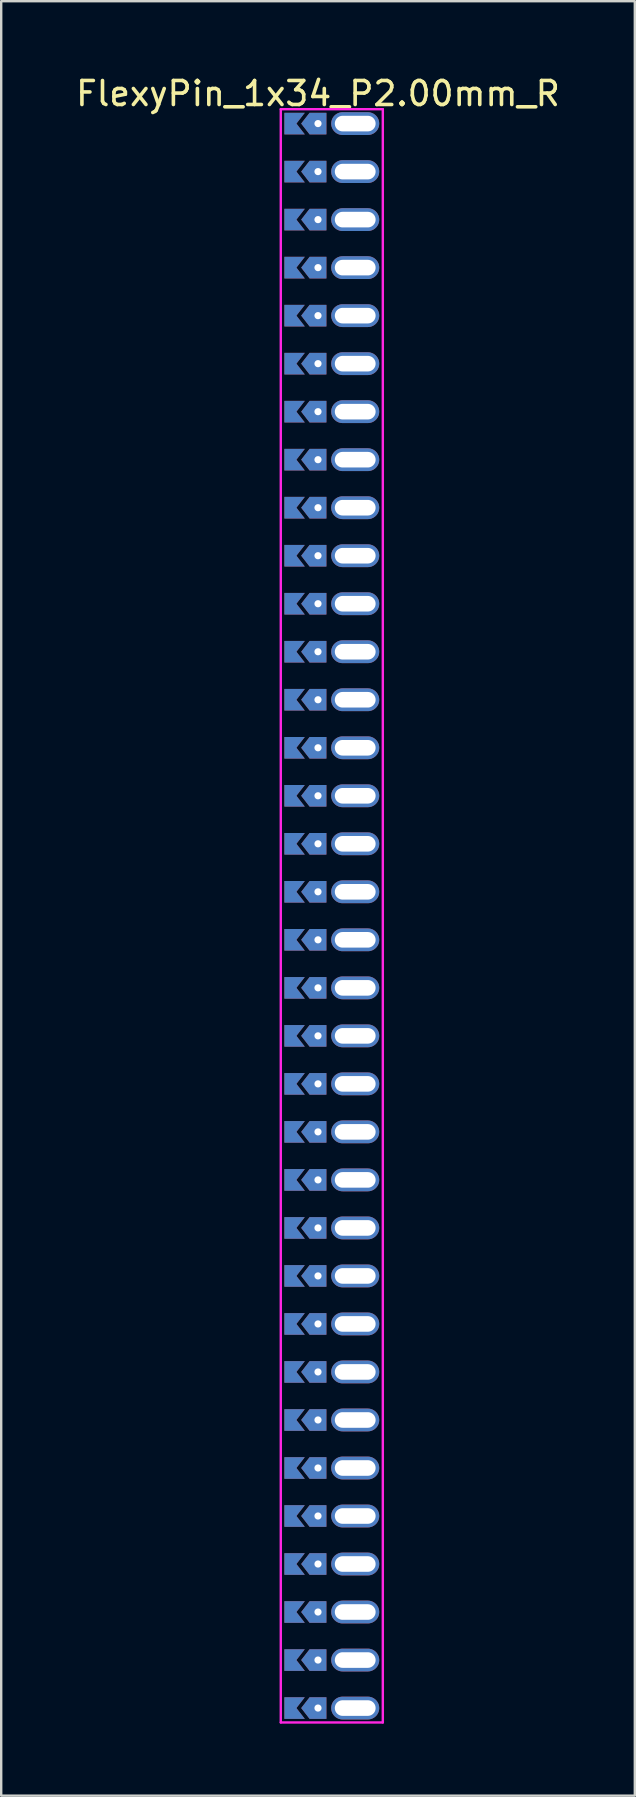
<source format=kicad_pcb>
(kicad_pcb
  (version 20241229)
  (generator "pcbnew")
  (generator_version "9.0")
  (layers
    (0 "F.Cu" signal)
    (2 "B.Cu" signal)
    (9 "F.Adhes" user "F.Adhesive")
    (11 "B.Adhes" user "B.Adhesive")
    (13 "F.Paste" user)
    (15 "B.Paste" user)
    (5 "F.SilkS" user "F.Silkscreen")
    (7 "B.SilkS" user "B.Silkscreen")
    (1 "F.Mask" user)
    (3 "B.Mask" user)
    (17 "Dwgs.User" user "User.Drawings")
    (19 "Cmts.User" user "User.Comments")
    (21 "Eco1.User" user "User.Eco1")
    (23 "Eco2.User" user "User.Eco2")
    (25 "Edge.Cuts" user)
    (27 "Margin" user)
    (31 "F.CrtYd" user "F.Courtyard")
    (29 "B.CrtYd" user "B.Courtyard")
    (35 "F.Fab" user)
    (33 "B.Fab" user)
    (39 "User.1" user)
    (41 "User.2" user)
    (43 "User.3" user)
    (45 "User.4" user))
  (footprint "FlexyPin_1x34_P2.00mm_R"
    (layer "F.Cu")
    (at 10.196 2.098)
    (property "Reference" "FlexyPin_1x34_P2.00mm_R" (at 0 -1.25 0) (layer "F.SilkS") (effects (font (size 1 1) (thickness 0.15))))
    (attr through_hole)
    (fp_line (start -1.55 -0.6) (end 2.7 -0.6) (stroke (width 0.1) (type solid)) (layer "F.CrtYd"))
    (fp_line (start -1.55 66.6) (end -1.55 -0.6) (stroke (width 0.1) (type solid)) (layer "F.CrtYd"))
    (fp_line (start 2.7 -0.6) (end 2.7 66.6) (stroke (width 0.1) (type solid)) (layer "F.CrtYd"))
    (fp_line (start 2.7 66.6) (end -1.55 66.6) (stroke (width 0.1) (type solid)) (layer "F.CrtYd"))
    (pad "" thru_hole custom (at 0 0) (size 0.3 0.3) (drill 0.6) (layers "*.Cu" "*.Mask") (options (anchor rect)) (primitives (gr_poly (pts (xy 0.35 0.45) (xy 0.35 -0.45) (xy -0.35 -0.45) (xy -0.7 0) (xy -0.35 0.45)) (width 0) (fill yes))))
    (pad "" thru_hole custom (at 0 2) (size 0.3 0.3) (drill 0.6) (layers "*.Cu" "*.Mask") (options (anchor rect)) (primitives (gr_poly (pts (xy 0.35 0.45) (xy 0.35 -0.45) (xy -0.35 -0.45) (xy -0.7 0) (xy -0.35 0.45)) (width 0) (fill yes))))
    (pad "" thru_hole custom (at 0 4) (size 0.3 0.3) (drill 0.6) (layers "*.Cu" "*.Mask") (options (anchor rect)) (primitives (gr_poly (pts (xy 0.35 0.45) (xy 0.35 -0.45) (xy -0.35 -0.45) (xy -0.7 0) (xy -0.35 0.45)) (width 0) (fill yes))))
    (pad "" thru_hole custom (at 0 6) (size 0.3 0.3) (drill 0.6) (layers "*.Cu" "*.Mask") (options (anchor rect)) (primitives (gr_poly (pts (xy 0.35 0.45) (xy 0.35 -0.45) (xy -0.35 -0.45) (xy -0.7 0) (xy -0.35 0.45)) (width 0) (fill yes))))
    (pad "" thru_hole custom (at 0 8) (size 0.3 0.3) (drill 0.6) (layers "*.Cu" "*.Mask") (options (anchor rect)) (primitives (gr_poly (pts (xy 0.35 0.45) (xy 0.35 -0.45) (xy -0.35 -0.45) (xy -0.7 0) (xy -0.35 0.45)) (width 0) (fill yes))))
    (pad "" thru_hole custom (at 0 10) (size 0.3 0.3) (drill 0.6) (layers "*.Cu" "*.Mask") (options (anchor rect)) (primitives (gr_poly (pts (xy 0.35 0.45) (xy 0.35 -0.45) (xy -0.35 -0.45) (xy -0.7 0) (xy -0.35 0.45)) (width 0) (fill yes))))
    (pad "" thru_hole custom (at 0 12) (size 0.3 0.3) (drill 0.6) (layers "*.Cu" "*.Mask") (options (anchor rect)) (primitives (gr_poly (pts (xy 0.35 0.45) (xy 0.35 -0.45) (xy -0.35 -0.45) (xy -0.7 0) (xy -0.35 0.45)) (width 0) (fill yes))))
    (pad "" thru_hole custom (at 0 14) (size 0.3 0.3) (drill 0.6) (layers "*.Cu" "*.Mask") (options (anchor rect)) (primitives (gr_poly (pts (xy 0.35 0.45) (xy 0.35 -0.45) (xy -0.35 -0.45) (xy -0.7 0) (xy -0.35 0.45)) (width 0) (fill yes))))
    (pad "" thru_hole custom (at 0 16) (size 0.3 0.3) (drill 0.6) (layers "*.Cu" "*.Mask") (options (anchor rect)) (primitives (gr_poly (pts (xy 0.35 0.45) (xy 0.35 -0.45) (xy -0.35 -0.45) (xy -0.7 0) (xy -0.35 0.45)) (width 0) (fill yes))))
    (pad "" thru_hole custom (at 0 18) (size 0.3 0.3) (drill 0.6) (layers "*.Cu" "*.Mask") (options (anchor rect)) (primitives (gr_poly (pts (xy 0.35 0.45) (xy 0.35 -0.45) (xy -0.35 -0.45) (xy -0.7 0) (xy -0.35 0.45)) (width 0) (fill yes))))
    (pad "" thru_hole custom (at 0 20) (size 0.3 0.3) (drill 0.6) (layers "*.Cu" "*.Mask") (options (anchor rect)) (primitives (gr_poly (pts (xy 0.35 0.45) (xy 0.35 -0.45) (xy -0.35 -0.45) (xy -0.7 0) (xy -0.35 0.45)) (width 0) (fill yes))))
    (pad "" thru_hole custom (at 0 22) (size 0.3 0.3) (drill 0.6) (layers "*.Cu" "*.Mask") (options (anchor rect)) (primitives (gr_poly (pts (xy 0.35 0.45) (xy 0.35 -0.45) (xy -0.35 -0.45) (xy -0.7 0) (xy -0.35 0.45)) (width 0) (fill yes))))
    (pad "" thru_hole custom (at 0 24) (size 0.3 0.3) (drill 0.6) (layers "*.Cu" "*.Mask") (options (anchor rect)) (primitives (gr_poly (pts (xy 0.35 0.45) (xy 0.35 -0.45) (xy -0.35 -0.45) (xy -0.7 0) (xy -0.35 0.45)) (width 0) (fill yes))))
    (pad "" thru_hole custom (at 0 26) (size 0.3 0.3) (drill 0.6) (layers "*.Cu" "*.Mask") (options (anchor rect)) (primitives (gr_poly (pts (xy 0.35 0.45) (xy 0.35 -0.45) (xy -0.35 -0.45) (xy -0.7 0) (xy -0.35 0.45)) (width 0) (fill yes))))
    (pad "" thru_hole custom (at 0 28) (size 0.3 0.3) (drill 0.6) (layers "*.Cu" "*.Mask") (options (anchor rect)) (primitives (gr_poly (pts (xy 0.35 0.45) (xy 0.35 -0.45) (xy -0.35 -0.45) (xy -0.7 0) (xy -0.35 0.45)) (width 0) (fill yes))))
    (pad "" thru_hole custom (at 0 30) (size 0.3 0.3) (drill 0.6) (layers "*.Cu" "*.Mask") (options (anchor rect)) (primitives (gr_poly (pts (xy 0.35 0.45) (xy 0.35 -0.45) (xy -0.35 -0.45) (xy -0.7 0) (xy -0.35 0.45)) (width 0) (fill yes))))
    (pad "" thru_hole custom (at 0 32) (size 0.3 0.3) (drill 0.6) (layers "*.Cu" "*.Mask") (options (anchor rect)) (primitives (gr_poly (pts (xy 0.35 0.45) (xy 0.35 -0.45) (xy -0.35 -0.45) (xy -0.7 0) (xy -0.35 0.45)) (width 0) (fill yes))))
    (pad "" thru_hole custom (at 0 34) (size 0.3 0.3) (drill 0.6) (layers "*.Cu" "*.Mask") (options (anchor rect)) (primitives (gr_poly (pts (xy 0.35 0.45) (xy 0.35 -0.45) (xy -0.35 -0.45) (xy -0.7 0) (xy -0.35 0.45)) (width 0) (fill yes))))
    (pad "" thru_hole custom (at 0 36) (size 0.3 0.3) (drill 0.6) (layers "*.Cu" "*.Mask") (options (anchor rect)) (primitives (gr_poly (pts (xy 0.35 0.45) (xy 0.35 -0.45) (xy -0.35 -0.45) (xy -0.7 0) (xy -0.35 0.45)) (width 0) (fill yes))))
    (pad "" thru_hole custom (at 0 38) (size 0.3 0.3) (drill 0.6) (layers "*.Cu" "*.Mask") (options (anchor rect)) (primitives (gr_poly (pts (xy 0.35 0.45) (xy 0.35 -0.45) (xy -0.35 -0.45) (xy -0.7 0) (xy -0.35 0.45)) (width 0) (fill yes))))
    (pad "" thru_hole custom (at 0 40) (size 0.3 0.3) (drill 0.6) (layers "*.Cu" "*.Mask") (options (anchor rect)) (primitives (gr_poly (pts (xy 0.35 0.45) (xy 0.35 -0.45) (xy -0.35 -0.45) (xy -0.7 0) (xy -0.35 0.45)) (width 0) (fill yes))))
    (pad "" thru_hole custom (at 0 42) (size 0.3 0.3) (drill 0.6) (layers "*.Cu" "*.Mask") (options (anchor rect)) (primitives (gr_poly (pts (xy 0.35 0.45) (xy 0.35 -0.45) (xy -0.35 -0.45) (xy -0.7 0) (xy -0.35 0.45)) (width 0) (fill yes))))
    (pad "" thru_hole custom (at 0 44) (size 0.3 0.3) (drill 0.6) (layers "*.Cu" "*.Mask") (options (anchor rect)) (primitives (gr_poly (pts (xy 0.35 0.45) (xy 0.35 -0.45) (xy -0.35 -0.45) (xy -0.7 0) (xy -0.35 0.45)) (width 0) (fill yes))))
    (pad "" thru_hole custom (at 0 46) (size 0.3 0.3) (drill 0.6) (layers "*.Cu" "*.Mask") (options (anchor rect)) (primitives (gr_poly (pts (xy 0.35 0.45) (xy 0.35 -0.45) (xy -0.35 -0.45) (xy -0.7 0) (xy -0.35 0.45)) (width 0) (fill yes))))
    (pad "" thru_hole custom (at 0 48) (size 0.3 0.3) (drill 0.6) (layers "*.Cu" "*.Mask") (options (anchor rect)) (primitives (gr_poly (pts (xy 0.35 0.45) (xy 0.35 -0.45) (xy -0.35 -0.45) (xy -0.7 0) (xy -0.35 0.45)) (width 0) (fill yes))))
    (pad "" thru_hole custom (at 0 50) (size 0.3 0.3) (drill 0.6) (layers "*.Cu" "*.Mask") (options (anchor rect)) (primitives (gr_poly (pts (xy 0.35 0.45) (xy 0.35 -0.45) (xy -0.35 -0.45) (xy -0.7 0) (xy -0.35 0.45)) (width 0) (fill yes))))
    (pad "" thru_hole custom (at 0 52) (size 0.3 0.3) (drill 0.6) (layers "*.Cu" "*.Mask") (options (anchor rect)) (primitives (gr_poly (pts (xy 0.35 0.45) (xy 0.35 -0.45) (xy -0.35 -0.45) (xy -0.7 0) (xy -0.35 0.45)) (width 0) (fill yes))))
    (pad "" thru_hole custom (at 0 54) (size 0.3 0.3) (drill 0.6) (layers "*.Cu" "*.Mask") (options (anchor rect)) (primitives (gr_poly (pts (xy 0.35 0.45) (xy 0.35 -0.45) (xy -0.35 -0.45) (xy -0.7 0) (xy -0.35 0.45)) (width 0) (fill yes))))
    (pad "" thru_hole custom (at 0 56) (size 0.3 0.3) (drill 0.6) (layers "*.Cu" "*.Mask") (options (anchor rect)) (primitives (gr_poly (pts (xy 0.35 0.45) (xy 0.35 -0.45) (xy -0.35 -0.45) (xy -0.7 0) (xy -0.35 0.45)) (width 0) (fill yes))))
    (pad "" thru_hole custom (at 0 58) (size 0.3 0.3) (drill 0.6) (layers "*.Cu" "*.Mask") (options (anchor rect)) (primitives (gr_poly (pts (xy 0.35 0.45) (xy 0.35 -0.45) (xy -0.35 -0.45) (xy -0.7 0) (xy -0.35 0.45)) (width 0) (fill yes))))
    (pad "" thru_hole custom (at 0 60) (size 0.3 0.3) (drill 0.6) (layers "*.Cu" "*.Mask") (options (anchor rect)) (primitives (gr_poly (pts (xy 0.35 0.45) (xy 0.35 -0.45) (xy -0.35 -0.45) (xy -0.7 0) (xy -0.35 0.45)) (width 0) (fill yes))))
    (pad "" thru_hole custom (at 0 62) (size 0.3 0.3) (drill 0.6) (layers "*.Cu" "*.Mask") (options (anchor rect)) (primitives (gr_poly (pts (xy 0.35 0.45) (xy 0.35 -0.45) (xy -0.35 -0.45) (xy -0.7 0) (xy -0.35 0.45)) (width 0) (fill yes))))
    (pad "" thru_hole custom (at 0 64) (size 0.3 0.3) (drill 0.6) (layers "*.Cu" "*.Mask") (options (anchor rect)) (primitives (gr_poly (pts (xy 0.35 0.45) (xy 0.35 -0.45) (xy -0.35 -0.45) (xy -0.7 0) (xy -0.35 0.45)) (width 0) (fill yes))))
    (pad "" thru_hole custom (at 0 66) (size 0.3 0.3) (drill 0.6) (layers "*.Cu" "*.Mask") (options (anchor rect)) (primitives (gr_poly (pts (xy 0.35 0.45) (xy 0.35 -0.45) (xy -0.35 -0.45) (xy -0.7 0) (xy -0.35 0.45)) (width 0) (fill yes))))
    (pad "" thru_hole oval (at 1.55 0) (size 2 0.95) (drill oval 1.7 0.65) (layers "*.Cu" "*.Mask"))
    (pad "" thru_hole oval (at 1.55 2) (size 2 0.95) (drill oval 1.7 0.65) (layers "*.Cu" "*.Mask"))
    (pad "" thru_hole oval (at 1.55 4) (size 2 0.95) (drill oval 1.7 0.65) (layers "*.Cu" "*.Mask"))
    (pad "" thru_hole oval (at 1.55 6) (size 2 0.95) (drill oval 1.7 0.65) (layers "*.Cu" "*.Mask"))
    (pad "" thru_hole oval (at 1.55 8) (size 2 0.95) (drill oval 1.7 0.65) (layers "*.Cu" "*.Mask"))
    (pad "" thru_hole oval (at 1.55 10) (size 2 0.95) (drill oval 1.7 0.65) (layers "*.Cu" "*.Mask"))
    (pad "" thru_hole oval (at 1.55 12) (size 2 0.95) (drill oval 1.7 0.65) (layers "*.Cu" "*.Mask"))
    (pad "" thru_hole oval (at 1.55 14) (size 2 0.95) (drill oval 1.7 0.65) (layers "*.Cu" "*.Mask"))
    (pad "" thru_hole oval (at 1.55 16) (size 2 0.95) (drill oval 1.7 0.65) (layers "*.Cu" "*.Mask"))
    (pad "" thru_hole oval (at 1.55 18) (size 2 0.95) (drill oval 1.7 0.65) (layers "*.Cu" "*.Mask"))
    (pad "" thru_hole oval (at 1.55 20) (size 2 0.95) (drill oval 1.7 0.65) (layers "*.Cu" "*.Mask"))
    (pad "" thru_hole oval (at 1.55 22) (size 2 0.95) (drill oval 1.7 0.65) (layers "*.Cu" "*.Mask"))
    (pad "" thru_hole oval (at 1.55 24) (size 2 0.95) (drill oval 1.7 0.65) (layers "*.Cu" "*.Mask"))
    (pad "" thru_hole oval (at 1.55 26) (size 2 0.95) (drill oval 1.7 0.65) (layers "*.Cu" "*.Mask"))
    (pad "" thru_hole oval (at 1.55 28) (size 2 0.95) (drill oval 1.7 0.65) (layers "*.Cu" "*.Mask"))
    (pad "" thru_hole oval (at 1.55 30) (size 2 0.95) (drill oval 1.7 0.65) (layers "*.Cu" "*.Mask"))
    (pad "" thru_hole oval (at 1.55 32) (size 2 0.95) (drill oval 1.7 0.65) (layers "*.Cu" "*.Mask"))
    (pad "" thru_hole oval (at 1.55 34) (size 2 0.95) (drill oval 1.7 0.65) (layers "*.Cu" "*.Mask"))
    (pad "" thru_hole oval (at 1.55 36) (size 2 0.95) (drill oval 1.7 0.65) (layers "*.Cu" "*.Mask"))
    (pad "" thru_hole oval (at 1.55 38) (size 2 0.95) (drill oval 1.7 0.65) (layers "*.Cu" "*.Mask"))
    (pad "" thru_hole oval (at 1.55 40) (size 2 0.95) (drill oval 1.7 0.65) (layers "*.Cu" "*.Mask"))
    (pad "" thru_hole oval (at 1.55 42) (size 2 0.95) (drill oval 1.7 0.65) (layers "*.Cu" "*.Mask"))
    (pad "" thru_hole oval (at 1.55 44) (size 2 0.95) (drill oval 1.7 0.65) (layers "*.Cu" "*.Mask"))
    (pad "" thru_hole oval (at 1.55 46) (size 2 0.95) (drill oval 1.7 0.65) (layers "*.Cu" "*.Mask"))
    (pad "" thru_hole oval (at 1.55 48) (size 2 0.95) (drill oval 1.7 0.65) (layers "*.Cu" "*.Mask"))
    (pad "" thru_hole oval (at 1.55 50) (size 2 0.95) (drill oval 1.7 0.65) (layers "*.Cu" "*.Mask"))
    (pad "" thru_hole oval (at 1.55 52) (size 2 0.95) (drill oval 1.7 0.65) (layers "*.Cu" "*.Mask"))
    (pad "" thru_hole oval (at 1.55 54) (size 2 0.95) (drill oval 1.7 0.65) (layers "*.Cu" "*.Mask"))
    (pad "" thru_hole oval (at 1.55 56) (size 2 0.95) (drill oval 1.7 0.65) (layers "*.Cu" "*.Mask"))
    (pad "" thru_hole oval (at 1.55 58) (size 2 0.95) (drill oval 1.7 0.65) (layers "*.Cu" "*.Mask"))
    (pad "" thru_hole oval (at 1.55 60) (size 2 0.95) (drill oval 1.7 0.65) (layers "*.Cu" "*.Mask"))
    (pad "" thru_hole oval (at 1.55 62) (size 2 0.95) (drill oval 1.7 0.65) (layers "*.Cu" "*.Mask"))
    (pad "" thru_hole oval (at 1.55 64) (size 2 0.95) (drill oval 1.7 0.65) (layers "*.Cu" "*.Mask"))
    (pad "" thru_hole oval (at 1.55 66) (size 2 0.95) (drill oval 1.7 0.65) (layers "*.Cu" "*.Mask"))
    (pad "1" smd custom (at -0.9 0) (size 0.01 0.01) (layers "F.Cu" "F.Mask") (options (anchor rect)) (primitives (gr_poly (pts (xy 0 0) (xy 0.35 0.45) (xy -0.5 0.45) (xy -0.5 -0.45) (xy 0.35 -0.45)) (width 0) (fill yes))))
    (pad "2" smd custom (at -0.9 2) (size 0.01 0.01) (layers "F.Cu" "F.Mask") (options (anchor rect)) (primitives (gr_poly (pts (xy 0 0) (xy 0.35 0.45) (xy -0.5 0.45) (xy -0.5 -0.45) (xy 0.35 -0.45)) (width 0) (fill yes))))
    (pad "3" smd custom (at -0.9 4) (size 0.01 0.01) (layers "F.Cu" "F.Mask") (options (anchor rect)) (primitives (gr_poly (pts (xy 0 0) (xy 0.35 0.45) (xy -0.5 0.45) (xy -0.5 -0.45) (xy 0.35 -0.45)) (width 0) (fill yes))))
    (pad "4" smd custom (at -0.9 6) (size 0.01 0.01) (layers "F.Cu" "F.Mask") (options (anchor rect)) (primitives (gr_poly (pts (xy 0 0) (xy 0.35 0.45) (xy -0.5 0.45) (xy -0.5 -0.45) (xy 0.35 -0.45)) (width 0) (fill yes))))
    (pad "5" smd custom (at -0.9 8) (size 0.01 0.01) (layers "F.Cu" "F.Mask") (options (anchor rect)) (primitives (gr_poly (pts (xy 0 0) (xy 0.35 0.45) (xy -0.5 0.45) (xy -0.5 -0.45) (xy 0.35 -0.45)) (width 0) (fill yes))))
    (pad "6" smd custom (at -0.9 10) (size 0.01 0.01) (layers "F.Cu" "F.Mask") (options (anchor rect)) (primitives (gr_poly (pts (xy 0 0) (xy 0.35 0.45) (xy -0.5 0.45) (xy -0.5 -0.45) (xy 0.35 -0.45)) (width 0) (fill yes))))
    (pad "7" smd custom (at -0.9 12) (size 0.01 0.01) (layers "F.Cu" "F.Mask") (options (anchor rect)) (primitives (gr_poly (pts (xy 0 0) (xy 0.35 0.45) (xy -0.5 0.45) (xy -0.5 -0.45) (xy 0.35 -0.45)) (width 0) (fill yes))))
    (pad "8" smd custom (at -0.9 14) (size 0.01 0.01) (layers "F.Cu" "F.Mask") (options (anchor rect)) (primitives (gr_poly (pts (xy 0 0) (xy 0.35 0.45) (xy -0.5 0.45) (xy -0.5 -0.45) (xy 0.35 -0.45)) (width 0) (fill yes))))
    (pad "9" smd custom (at -0.9 16) (size 0.01 0.01) (layers "F.Cu" "F.Mask") (options (anchor rect)) (primitives (gr_poly (pts (xy 0 0) (xy 0.35 0.45) (xy -0.5 0.45) (xy -0.5 -0.45) (xy 0.35 -0.45)) (width 0) (fill yes))))
    (pad "10" smd custom (at -0.9 18) (size 0.01 0.01) (layers "F.Cu" "F.Mask") (options (anchor rect)) (primitives (gr_poly (pts (xy 0 0) (xy 0.35 0.45) (xy -0.5 0.45) (xy -0.5 -0.45) (xy 0.35 -0.45)) (width 0) (fill yes))))
    (pad "11" smd custom (at -0.9 20) (size 0.01 0.01) (layers "F.Cu" "F.Mask") (options (anchor rect)) (primitives (gr_poly (pts (xy 0 0) (xy 0.35 0.45) (xy -0.5 0.45) (xy -0.5 -0.45) (xy 0.35 -0.45)) (width 0) (fill yes))))
    (pad "12" smd custom (at -0.9 22) (size 0.01 0.01) (layers "F.Cu" "F.Mask") (options (anchor rect)) (primitives (gr_poly (pts (xy 0 0) (xy 0.35 0.45) (xy -0.5 0.45) (xy -0.5 -0.45) (xy 0.35 -0.45)) (width 0) (fill yes))))
    (pad "13" smd custom (at -0.9 24) (size 0.01 0.01) (layers "F.Cu" "F.Mask") (options (anchor rect)) (primitives (gr_poly (pts (xy 0 0) (xy 0.35 0.45) (xy -0.5 0.45) (xy -0.5 -0.45) (xy 0.35 -0.45)) (width 0) (fill yes))))
    (pad "14" smd custom (at -0.9 26) (size 0.01 0.01) (layers "F.Cu" "F.Mask") (options (anchor rect)) (primitives (gr_poly (pts (xy 0 0) (xy 0.35 0.45) (xy -0.5 0.45) (xy -0.5 -0.45) (xy 0.35 -0.45)) (width 0) (fill yes))))
    (pad "15" smd custom (at -0.9 28) (size 0.01 0.01) (layers "F.Cu" "F.Mask") (options (anchor rect)) (primitives (gr_poly (pts (xy 0 0) (xy 0.35 0.45) (xy -0.5 0.45) (xy -0.5 -0.45) (xy 0.35 -0.45)) (width 0) (fill yes))))
    (pad "16" smd custom (at -0.9 30) (size 0.01 0.01) (layers "F.Cu" "F.Mask") (options (anchor rect)) (primitives (gr_poly (pts (xy 0 0) (xy 0.35 0.45) (xy -0.5 0.45) (xy -0.5 -0.45) (xy 0.35 -0.45)) (width 0) (fill yes))))
    (pad "17" smd custom (at -0.9 32) (size 0.01 0.01) (layers "F.Cu" "F.Mask") (options (anchor rect)) (primitives (gr_poly (pts (xy 0 0) (xy 0.35 0.45) (xy -0.5 0.45) (xy -0.5 -0.45) (xy 0.35 -0.45)) (width 0) (fill yes))))
    (pad "18" smd custom (at -0.9 34) (size 0.01 0.01) (layers "F.Cu" "F.Mask") (options (anchor rect)) (primitives (gr_poly (pts (xy 0 0) (xy 0.35 0.45) (xy -0.5 0.45) (xy -0.5 -0.45) (xy 0.35 -0.45)) (width 0) (fill yes))))
    (pad "19" smd custom (at -0.9 36) (size 0.01 0.01) (layers "F.Cu" "F.Mask") (options (anchor rect)) (primitives (gr_poly (pts (xy 0 0) (xy 0.35 0.45) (xy -0.5 0.45) (xy -0.5 -0.45) (xy 0.35 -0.45)) (width 0) (fill yes))))
    (pad "20" smd custom (at -0.9 38) (size 0.01 0.01) (layers "F.Cu" "F.Mask") (options (anchor rect)) (primitives (gr_poly (pts (xy 0 0) (xy 0.35 0.45) (xy -0.5 0.45) (xy -0.5 -0.45) (xy 0.35 -0.45)) (width 0) (fill yes))))
    (pad "21" smd custom (at -0.9 40) (size 0.01 0.01) (layers "F.Cu" "F.Mask") (options (anchor rect)) (primitives (gr_poly (pts (xy 0 0) (xy 0.35 0.45) (xy -0.5 0.45) (xy -0.5 -0.45) (xy 0.35 -0.45)) (width 0) (fill yes))))
    (pad "22" smd custom (at -0.9 42) (size 0.01 0.01) (layers "F.Cu" "F.Mask") (options (anchor rect)) (primitives (gr_poly (pts (xy 0 0) (xy 0.35 0.45) (xy -0.5 0.45) (xy -0.5 -0.45) (xy 0.35 -0.45)) (width 0) (fill yes))))
    (pad "23" smd custom (at -0.9 44) (size 0.01 0.01) (layers "F.Cu" "F.Mask") (options (anchor rect)) (primitives (gr_poly (pts (xy 0 0) (xy 0.35 0.45) (xy -0.5 0.45) (xy -0.5 -0.45) (xy 0.35 -0.45)) (width 0) (fill yes))))
    (pad "24" smd custom (at -0.9 46) (size 0.01 0.01) (layers "F.Cu" "F.Mask") (options (anchor rect)) (primitives (gr_poly (pts (xy 0 0) (xy 0.35 0.45) (xy -0.5 0.45) (xy -0.5 -0.45) (xy 0.35 -0.45)) (width 0) (fill yes))))
    (pad "25" smd custom (at -0.9 48) (size 0.01 0.01) (layers "F.Cu" "F.Mask") (options (anchor rect)) (primitives (gr_poly (pts (xy 0 0) (xy 0.35 0.45) (xy -0.5 0.45) (xy -0.5 -0.45) (xy 0.35 -0.45)) (width 0) (fill yes))))
    (pad "26" smd custom (at -0.9 50) (size 0.01 0.01) (layers "F.Cu" "F.Mask") (options (anchor rect)) (primitives (gr_poly (pts (xy 0 0) (xy 0.35 0.45) (xy -0.5 0.45) (xy -0.5 -0.45) (xy 0.35 -0.45)) (width 0) (fill yes))))
    (pad "27" smd custom (at -0.9 52) (size 0.01 0.01) (layers "F.Cu" "F.Mask") (options (anchor rect)) (primitives (gr_poly (pts (xy 0 0) (xy 0.35 0.45) (xy -0.5 0.45) (xy -0.5 -0.45) (xy 0.35 -0.45)) (width 0) (fill yes))))
    (pad "28" smd custom (at -0.9 54) (size 0.01 0.01) (layers "F.Cu" "F.Mask") (options (anchor rect)) (primitives (gr_poly (pts (xy 0 0) (xy 0.35 0.45) (xy -0.5 0.45) (xy -0.5 -0.45) (xy 0.35 -0.45)) (width 0) (fill yes))))
    (pad "29" smd custom (at -0.9 56) (size 0.01 0.01) (layers "F.Cu" "F.Mask") (options (anchor rect)) (primitives (gr_poly (pts (xy 0 0) (xy 0.35 0.45) (xy -0.5 0.45) (xy -0.5 -0.45) (xy 0.35 -0.45)) (width 0) (fill yes))))
    (pad "30" smd custom (at -0.9 58) (size 0.01 0.01) (layers "F.Cu" "F.Mask") (options (anchor rect)) (primitives (gr_poly (pts (xy 0 0) (xy 0.35 0.45) (xy -0.5 0.45) (xy -0.5 -0.45) (xy 0.35 -0.45)) (width 0) (fill yes))))
    (pad "31" smd custom (at -0.9 60) (size 0.01 0.01) (layers "F.Cu" "F.Mask") (options (anchor rect)) (primitives (gr_poly (pts (xy 0 0) (xy 0.35 0.45) (xy -0.5 0.45) (xy -0.5 -0.45) (xy 0.35 -0.45)) (width 0) (fill yes))))
    (pad "32" smd custom (at -0.9 62) (size 0.01 0.01) (layers "F.Cu" "F.Mask") (options (anchor rect)) (primitives (gr_poly (pts (xy 0 0) (xy 0.35 0.45) (xy -0.5 0.45) (xy -0.5 -0.45) (xy 0.35 -0.45)) (width 0) (fill yes))))
    (pad "33" smd custom (at -0.9 64) (size 0.01 0.01) (layers "F.Cu" "F.Mask") (options (anchor rect)) (primitives (gr_poly (pts (xy 0 0) (xy 0.35 0.45) (xy -0.5 0.45) (xy -0.5 -0.45) (xy 0.35 -0.45)) (width 0) (fill yes))))
    (pad "34" smd custom (at -0.9 66) (size 0.01 0.01) (layers "F.Cu" "F.Mask") (options (anchor rect)) (primitives (gr_poly (pts (xy 0 0) (xy 0.35 0.45) (xy -0.5 0.45) (xy -0.5 -0.45) (xy 0.35 -0.45)) (width 0) (fill yes))))
    (pad "35" smd custom (at -0.9 0) (size 0.01 0.01) (layers "B.Cu" "B.Mask") (options (anchor rect)) (primitives (gr_poly (pts (xy 0 0) (xy 0.35 0.45) (xy -0.5 0.45) (xy -0.5 -0.45) (xy 0.35 -0.45)) (width 0) (fill yes))))
    (pad "36" smd custom (at -0.9 2) (size 0.01 0.01) (layers "B.Cu" "B.Mask") (options (anchor rect)) (primitives (gr_poly (pts (xy 0 0) (xy 0.35 0.45) (xy -0.5 0.45) (xy -0.5 -0.45) (xy 0.35 -0.45)) (width 0) (fill yes))))
    (pad "37" smd custom (at -0.9 4) (size 0.01 0.01) (layers "B.Cu" "B.Mask") (options (anchor rect)) (primitives (gr_poly (pts (xy 0 0) (xy 0.35 0.45) (xy -0.5 0.45) (xy -0.5 -0.45) (xy 0.35 -0.45)) (width 0) (fill yes))))
    (pad "38" smd custom (at -0.9 6) (size 0.01 0.01) (layers "B.Cu" "B.Mask") (options (anchor rect)) (primitives (gr_poly (pts (xy 0 0) (xy 0.35 0.45) (xy -0.5 0.45) (xy -0.5 -0.45) (xy 0.35 -0.45)) (width 0) (fill yes))))
    (pad "39" smd custom (at -0.9 8) (size 0.01 0.01) (layers "B.Cu" "B.Mask") (options (anchor rect)) (primitives (gr_poly (pts (xy 0 0) (xy 0.35 0.45) (xy -0.5 0.45) (xy -0.5 -0.45) (xy 0.35 -0.45)) (width 0) (fill yes))))
    (pad "40" smd custom (at -0.9 10) (size 0.01 0.01) (layers "B.Cu" "B.Mask") (options (anchor rect)) (primitives (gr_poly (pts (xy 0 0) (xy 0.35 0.45) (xy -0.5 0.45) (xy -0.5 -0.45) (xy 0.35 -0.45)) (width 0) (fill yes))))
    (pad "41" smd custom (at -0.9 12) (size 0.01 0.01) (layers "B.Cu" "B.Mask") (options (anchor rect)) (primitives (gr_poly (pts (xy 0 0) (xy 0.35 0.45) (xy -0.5 0.45) (xy -0.5 -0.45) (xy 0.35 -0.45)) (width 0) (fill yes))))
    (pad "42" smd custom (at -0.9 14) (size 0.01 0.01) (layers "B.Cu" "B.Mask") (options (anchor rect)) (primitives (gr_poly (pts (xy 0 0) (xy 0.35 0.45) (xy -0.5 0.45) (xy -0.5 -0.45) (xy 0.35 -0.45)) (width 0) (fill yes))))
    (pad "43" smd custom (at -0.9 16) (size 0.01 0.01) (layers "B.Cu" "B.Mask") (options (anchor rect)) (primitives (gr_poly (pts (xy 0 0) (xy 0.35 0.45) (xy -0.5 0.45) (xy -0.5 -0.45) (xy 0.35 -0.45)) (width 0) (fill yes))))
    (pad "44" smd custom (at -0.9 18) (size 0.01 0.01) (layers "B.Cu" "B.Mask") (options (anchor rect)) (primitives (gr_poly (pts (xy 0 0) (xy 0.35 0.45) (xy -0.5 0.45) (xy -0.5 -0.45) (xy 0.35 -0.45)) (width 0) (fill yes))))
    (pad "45" smd custom (at -0.9 20) (size 0.01 0.01) (layers "B.Cu" "B.Mask") (options (anchor rect)) (primitives (gr_poly (pts (xy 0 0) (xy 0.35 0.45) (xy -0.5 0.45) (xy -0.5 -0.45) (xy 0.35 -0.45)) (width 0) (fill yes))))
    (pad "46" smd custom (at -0.9 22) (size 0.01 0.01) (layers "B.Cu" "B.Mask") (options (anchor rect)) (primitives (gr_poly (pts (xy 0 0) (xy 0.35 0.45) (xy -0.5 0.45) (xy -0.5 -0.45) (xy 0.35 -0.45)) (width 0) (fill yes))))
    (pad "47" smd custom (at -0.9 24) (size 0.01 0.01) (layers "B.Cu" "B.Mask") (options (anchor rect)) (primitives (gr_poly (pts (xy 0 0) (xy 0.35 0.45) (xy -0.5 0.45) (xy -0.5 -0.45) (xy 0.35 -0.45)) (width 0) (fill yes))))
    (pad "48" smd custom (at -0.9 26) (size 0.01 0.01) (layers "B.Cu" "B.Mask") (options (anchor rect)) (primitives (gr_poly (pts (xy 0 0) (xy 0.35 0.45) (xy -0.5 0.45) (xy -0.5 -0.45) (xy 0.35 -0.45)) (width 0) (fill yes))))
    (pad "49" smd custom (at -0.9 28) (size 0.01 0.01) (layers "B.Cu" "B.Mask") (options (anchor rect)) (primitives (gr_poly (pts (xy 0 0) (xy 0.35 0.45) (xy -0.5 0.45) (xy -0.5 -0.45) (xy 0.35 -0.45)) (width 0) (fill yes))))
    (pad "50" smd custom (at -0.9 30) (size 0.01 0.01) (layers "B.Cu" "B.Mask") (options (anchor rect)) (primitives (gr_poly (pts (xy 0 0) (xy 0.35 0.45) (xy -0.5 0.45) (xy -0.5 -0.45) (xy 0.35 -0.45)) (width 0) (fill yes))))
    (pad "51" smd custom (at -0.9 32) (size 0.01 0.01) (layers "B.Cu" "B.Mask") (options (anchor rect)) (primitives (gr_poly (pts (xy 0 0) (xy 0.35 0.45) (xy -0.5 0.45) (xy -0.5 -0.45) (xy 0.35 -0.45)) (width 0) (fill yes))))
    (pad "52" smd custom (at -0.9 34) (size 0.01 0.01) (layers "B.Cu" "B.Mask") (options (anchor rect)) (primitives (gr_poly (pts (xy 0 0) (xy 0.35 0.45) (xy -0.5 0.45) (xy -0.5 -0.45) (xy 0.35 -0.45)) (width 0) (fill yes))))
    (pad "53" smd custom (at -0.9 36) (size 0.01 0.01) (layers "B.Cu" "B.Mask") (options (anchor rect)) (primitives (gr_poly (pts (xy 0 0) (xy 0.35 0.45) (xy -0.5 0.45) (xy -0.5 -0.45) (xy 0.35 -0.45)) (width 0) (fill yes))))
    (pad "54" smd custom (at -0.9 38) (size 0.01 0.01) (layers "B.Cu" "B.Mask") (options (anchor rect)) (primitives (gr_poly (pts (xy 0 0) (xy 0.35 0.45) (xy -0.5 0.45) (xy -0.5 -0.45) (xy 0.35 -0.45)) (width 0) (fill yes))))
    (pad "55" smd custom (at -0.9 40) (size 0.01 0.01) (layers "B.Cu" "B.Mask") (options (anchor rect)) (primitives (gr_poly (pts (xy 0 0) (xy 0.35 0.45) (xy -0.5 0.45) (xy -0.5 -0.45) (xy 0.35 -0.45)) (width 0) (fill yes))))
    (pad "56" smd custom (at -0.9 42) (size 0.01 0.01) (layers "B.Cu" "B.Mask") (options (anchor rect)) (primitives (gr_poly (pts (xy 0 0) (xy 0.35 0.45) (xy -0.5 0.45) (xy -0.5 -0.45) (xy 0.35 -0.45)) (width 0) (fill yes))))
    (pad "57" smd custom (at -0.9 44) (size 0.01 0.01) (layers "B.Cu" "B.Mask") (options (anchor rect)) (primitives (gr_poly (pts (xy 0 0) (xy 0.35 0.45) (xy -0.5 0.45) (xy -0.5 -0.45) (xy 0.35 -0.45)) (width 0) (fill yes))))
    (pad "58" smd custom (at -0.9 46) (size 0.01 0.01) (layers "B.Cu" "B.Mask") (options (anchor rect)) (primitives (gr_poly (pts (xy 0 0) (xy 0.35 0.45) (xy -0.5 0.45) (xy -0.5 -0.45) (xy 0.35 -0.45)) (width 0) (fill yes))))
    (pad "59" smd custom (at -0.9 48) (size 0.01 0.01) (layers "B.Cu" "B.Mask") (options (anchor rect)) (primitives (gr_poly (pts (xy 0 0) (xy 0.35 0.45) (xy -0.5 0.45) (xy -0.5 -0.45) (xy 0.35 -0.45)) (width 0) (fill yes))))
    (pad "60" smd custom (at -0.9 50) (size 0.01 0.01) (layers "B.Cu" "B.Mask") (options (anchor rect)) (primitives (gr_poly (pts (xy 0 0) (xy 0.35 0.45) (xy -0.5 0.45) (xy -0.5 -0.45) (xy 0.35 -0.45)) (width 0) (fill yes))))
    (pad "61" smd custom (at -0.9 52) (size 0.01 0.01) (layers "B.Cu" "B.Mask") (options (anchor rect)) (primitives (gr_poly (pts (xy 0 0) (xy 0.35 0.45) (xy -0.5 0.45) (xy -0.5 -0.45) (xy 0.35 -0.45)) (width 0) (fill yes))))
    (pad "62" smd custom (at -0.9 54) (size 0.01 0.01) (layers "B.Cu" "B.Mask") (options (anchor rect)) (primitives (gr_poly (pts (xy 0 0) (xy 0.35 0.45) (xy -0.5 0.45) (xy -0.5 -0.45) (xy 0.35 -0.45)) (width 0) (fill yes))))
    (pad "63" smd custom (at -0.9 56) (size 0.01 0.01) (layers "B.Cu" "B.Mask") (options (anchor rect)) (primitives (gr_poly (pts (xy 0 0) (xy 0.35 0.45) (xy -0.5 0.45) (xy -0.5 -0.45) (xy 0.35 -0.45)) (width 0) (fill yes))))
    (pad "64" smd custom (at -0.9 58) (size 0.01 0.01) (layers "B.Cu" "B.Mask") (options (anchor rect)) (primitives (gr_poly (pts (xy 0 0) (xy 0.35 0.45) (xy -0.5 0.45) (xy -0.5 -0.45) (xy 0.35 -0.45)) (width 0) (fill yes))))
    (pad "65" smd custom (at -0.9 60) (size 0.01 0.01) (layers "B.Cu" "B.Mask") (options (anchor rect)) (primitives (gr_poly (pts (xy 0 0) (xy 0.35 0.45) (xy -0.5 0.45) (xy -0.5 -0.45) (xy 0.35 -0.45)) (width 0) (fill yes))))
    (pad "66" smd custom (at -0.9 62) (size 0.01 0.01) (layers "B.Cu" "B.Mask") (options (anchor rect)) (primitives (gr_poly (pts (xy 0 0) (xy 0.35 0.45) (xy -0.5 0.45) (xy -0.5 -0.45) (xy 0.35 -0.45)) (width 0) (fill yes))))
    (pad "67" smd custom (at -0.9 64) (size 0.01 0.01) (layers "B.Cu" "B.Mask") (options (anchor rect)) (primitives (gr_poly (pts (xy 0 0) (xy 0.35 0.45) (xy -0.5 0.45) (xy -0.5 -0.45) (xy 0.35 -0.45)) (width 0) (fill yes))))
    (pad "68" smd custom (at -0.9 66) (size 0.01 0.01) (layers "B.Cu" "B.Mask") (options (anchor rect)) (primitives (gr_poly (pts (xy 0 0) (xy 0.35 0.45) (xy -0.5 0.45) (xy -0.5 -0.45) (xy 0.35 -0.45)) (width 0) (fill yes)))))
  (gr_rect
    (start -3 -3)
    (end 23.393 71.748)
    (stroke (width 0.1) (type default))
    (fill no)
    (layer "Edge.Cuts")))
</source>
